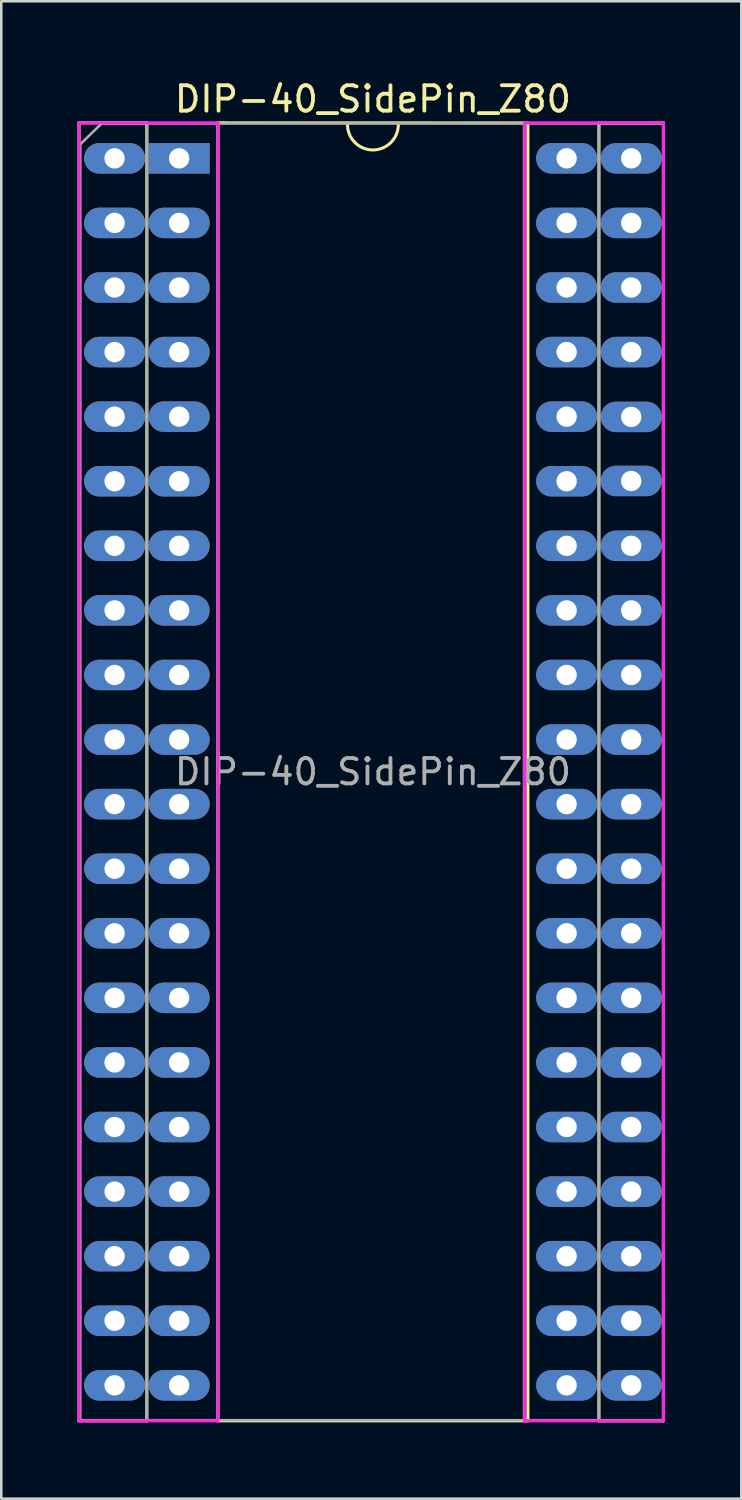
<source format=kicad_pcb>
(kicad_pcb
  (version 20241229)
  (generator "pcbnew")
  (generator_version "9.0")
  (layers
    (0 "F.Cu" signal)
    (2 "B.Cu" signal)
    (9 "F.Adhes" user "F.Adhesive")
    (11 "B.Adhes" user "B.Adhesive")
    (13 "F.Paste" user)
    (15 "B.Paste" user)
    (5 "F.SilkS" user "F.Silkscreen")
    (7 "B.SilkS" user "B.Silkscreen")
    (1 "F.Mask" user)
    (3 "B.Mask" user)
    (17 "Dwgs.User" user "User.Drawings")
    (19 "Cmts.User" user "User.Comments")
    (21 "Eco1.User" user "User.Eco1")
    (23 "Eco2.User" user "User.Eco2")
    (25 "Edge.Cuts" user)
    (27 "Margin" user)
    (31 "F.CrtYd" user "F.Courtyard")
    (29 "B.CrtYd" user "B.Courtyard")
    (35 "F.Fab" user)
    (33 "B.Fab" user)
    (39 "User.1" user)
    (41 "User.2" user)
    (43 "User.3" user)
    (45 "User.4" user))
  (footprint "DIP-40_SidePin_Z80"
    (layer "F.Cu")
    (at 3.997 3.178)
    (property "Reference" "DIP-40_SidePin_Z80" (at 7.62 -2.33 0) (layer "F.SilkS") (effects (font (size 1 1) (thickness 0.15))))
    (attr through_hole allow_missing_courtyard)
    (fp_line (start -3.937 -1.397) (end -3.937 49.657) (stroke (width 0.12) (type solid)) (layer "F.SilkS"))
    (fp_line (start -3.937 -1.397) (end -1.27 -1.397) (stroke (width 0.12) (type solid)) (layer "F.SilkS"))
    (fp_line (start -3.937 49.657) (end -1.27 49.657) (stroke (width 0.12) (type solid)) (layer "F.SilkS"))
    (fp_line (start -1.27 -1.397) (end -1.27 49.657) (stroke (width 0.12) (type solid)) (layer "F.SilkS"))
    (fp_line (start 1.524 -1.397) (end 1.524 49.657) (stroke (width 0.12) (type solid)) (layer "F.SilkS"))
    (fp_line (start 1.524 49.657) (end 13.716 49.657) (stroke (width 0.12) (type solid)) (layer "F.SilkS"))
    (fp_line (start 13.716 49.657) (end 13.716 -1.381) (stroke (width 0.12) (type solid)) (layer "F.SilkS"))
    (fp_line (start 13.716 -1.393) (end 1.524 -1.397) (stroke (width 0.12) (type solid)) (layer "F.SilkS"))
    (fp_line (start 16.51 -1.391) (end 19.05 -1.392) (stroke (width 0.12) (type solid)) (layer "F.SilkS"))
    (fp_line (start 16.51 49.657) (end 16.51 -1.391) (stroke (width 0.12) (type solid)) (layer "F.SilkS"))
    (fp_line (start 16.51 49.657) (end 19.047 49.657) (stroke (width 0.12) (type solid)) (layer "F.SilkS"))
    (fp_line (start 19.047 1.27) (end 19.047 49.657) (stroke (width 0.12) (type solid)) (layer "F.SilkS"))
    (fp_line (start 19.047 1.27) (end 19.05 -1.391) (stroke (width 0.12) (type solid)) (layer "F.SilkS"))
    (fp_arc (start 8.62 -1.33) (mid 7.62 -0.33) (end 6.62 -1.33) (stroke (width 0.12) (type solid)) (layer "F.SilkS"))
    (fp_line (start -3.937 -1.397) (end -3.937 49.657) (stroke (width 0.12) (type solid)) (layer "F.CrtYd"))
    (fp_line (start -3.937 49.657) (end 1.524 49.657) (stroke (width 0.12) (type solid)) (layer "F.CrtYd"))
    (fp_line (start 1.524 -1.397) (end -3.937 -1.397) (stroke (width 0.12) (type solid)) (layer "F.CrtYd"))
    (fp_line (start 1.524 49.657) (end 1.524 -1.397) (stroke (width 0.12) (type solid)) (layer "F.CrtYd"))
    (fp_line (start 13.589 -1.397) (end 13.589 49.657) (stroke (width 0.12) (type solid)) (layer "F.CrtYd"))
    (fp_line (start 13.589 49.657) (end 19.05 49.657) (stroke (width 0.12) (type solid)) (layer "F.CrtYd"))
    (fp_line (start 19.047 -1.397) (end 13.589 -1.397) (stroke (width 0.12) (type solid)) (layer "F.CrtYd"))
    (fp_line (start 19.05 -1.397) (end 19.05 49.657) (stroke (width 0.12) (type solid)) (layer "F.CrtYd"))
    (fp_line (start -3.894 49.632) (end 19.032 49.632) (stroke (width 0.1) (type solid)) (layer "F.Fab"))
    (fp_line (start -3.889 -0.556) (end -3.048 -1.372) (stroke (width 0.1) (type solid)) (layer "F.Fab"))
    (fp_line (start -3.889 49.632) (end -3.889 -0.559) (stroke (width 0.1) (type solid)) (layer "F.Fab"))
    (fp_line (start -1.27 -1.33) (end -1.27 49.632) (stroke (width 0.1) (type solid)) (layer "F.Fab"))
    (fp_line (start 1.524 49.632) (end 1.524 -1.321) (stroke (width 0.1) (type solid)) (layer "F.Fab"))
    (fp_line (start 13.564 -1.321) (end 13.564 49.632) (stroke (width 0.1) (type solid)) (layer "F.Fab"))
    (fp_line (start 16.51 49.632) (end 16.51 -1.33) (stroke (width 0.1) (type solid)) (layer "F.Fab"))
    (fp_line (start 19.037 -1.372) (end -3.048 -1.372) (stroke (width 0.1) (type solid)) (layer "F.Fab"))
    (fp_line (start 19.037 -1.372) (end 19.037 49.632) (stroke (width 0.1) (type solid)) (layer "F.Fab"))
    (fp_text user "${REFERENCE}" (at 7.62 24.13 0) (layer "F.Fab") (effects (font (size 1 1) (thickness 0.15))))
    (pad "1" thru_hole oval (at -2.54 0) (size 2.4 1.2) (drill 0.8) (layers "*.Cu" "*.Mask"))
    (pad "1" thru_hole rect (at 0 0) (size 2.4 1.2) (drill 0.8) (layers "*.Cu" "*.Mask"))
    (pad "2" thru_hole oval (at -2.54 2.54) (size 2.4 1.2) (drill 0.8) (layers "*.Cu" "*.Mask"))
    (pad "2" thru_hole oval (at 0 2.54) (size 2.4 1.2) (drill 0.8) (layers "*.Cu" "*.Mask"))
    (pad "3" thru_hole oval (at -2.54 5.08) (size 2.4 1.2) (drill 0.8) (layers "*.Cu" "*.Mask"))
    (pad "3" thru_hole oval (at 0 5.08) (size 2.4 1.2) (drill 0.8) (layers "*.Cu" "*.Mask"))
    (pad "4" thru_hole oval (at -2.54 7.62) (size 2.4 1.2) (drill 0.8) (layers "*.Cu" "*.Mask"))
    (pad "4" thru_hole oval (at 0 7.62) (size 2.4 1.2) (drill 0.8) (layers "*.Cu" "*.Mask"))
    (pad "5" thru_hole oval (at -2.54 10.16) (size 2.4 1.2) (drill 0.8) (layers "*.Cu" "*.Mask"))
    (pad "5" thru_hole oval (at 0 10.16) (size 2.4 1.2) (drill 0.8) (layers "*.Cu" "*.Mask"))
    (pad "6" thru_hole oval (at -2.54 12.7) (size 2.4 1.2) (drill 0.8) (layers "*.Cu" "*.Mask"))
    (pad "6" thru_hole oval (at 0 12.7) (size 2.4 1.2) (drill 0.8) (layers "*.Cu" "*.Mask"))
    (pad "7" thru_hole oval (at -2.54 15.24) (size 2.4 1.2) (drill 0.8) (layers "*.Cu" "*.Mask"))
    (pad "7" thru_hole oval (at 0 15.24) (size 2.4 1.2) (drill 0.8) (layers "*.Cu" "*.Mask"))
    (pad "8" thru_hole oval (at -2.54 17.78) (size 2.4 1.2) (drill 0.8) (layers "*.Cu" "*.Mask"))
    (pad "8" thru_hole oval (at 0 17.78) (size 2.4 1.2) (drill 0.8) (layers "*.Cu" "*.Mask"))
    (pad "9" thru_hole oval (at -2.54 20.32) (size 2.4 1.2) (drill 0.8) (layers "*.Cu" "*.Mask"))
    (pad "9" thru_hole oval (at 0 20.32) (size 2.4 1.2) (drill 0.8) (layers "*.Cu" "*.Mask"))
    (pad "10" thru_hole oval (at -2.54 22.86) (size 2.4 1.2) (drill 0.8) (layers "*.Cu" "*.Mask"))
    (pad "10" thru_hole oval (at 0 22.86) (size 2.4 1.2) (drill 0.8) (layers "*.Cu" "*.Mask"))
    (pad "11" thru_hole oval (at -2.54 25.4) (size 2.4 1.2) (drill 0.8) (layers "*.Cu" "*.Mask"))
    (pad "11" thru_hole oval (at 0 25.4) (size 2.4 1.2) (drill 0.8) (layers "*.Cu" "*.Mask"))
    (pad "12" thru_hole oval (at -2.54 27.94) (size 2.4 1.2) (drill 0.8) (layers "*.Cu" "*.Mask"))
    (pad "12" thru_hole oval (at 0 27.94) (size 2.4 1.2) (drill 0.8) (layers "*.Cu" "*.Mask"))
    (pad "13" thru_hole oval (at -2.54 30.48) (size 2.4 1.2) (drill 0.8) (layers "*.Cu" "*.Mask"))
    (pad "13" thru_hole oval (at 0 30.48) (size 2.4 1.2) (drill 0.8) (layers "*.Cu" "*.Mask"))
    (pad "14" thru_hole oval (at -2.54 33.02) (size 2.4 1.2) (drill 0.8) (layers "*.Cu" "*.Mask"))
    (pad "14" thru_hole oval (at 0 33.02) (size 2.4 1.2) (drill 0.8) (layers "*.Cu" "*.Mask"))
    (pad "15" thru_hole oval (at -2.54 35.56) (size 2.4 1.2) (drill 0.8) (layers "*.Cu" "*.Mask"))
    (pad "15" thru_hole oval (at 0 35.56) (size 2.4 1.2) (drill 0.8) (layers "*.Cu" "*.Mask"))
    (pad "16" thru_hole oval (at -2.54 38.1) (size 2.4 1.2) (drill 0.8) (layers "*.Cu" "*.Mask"))
    (pad "16" thru_hole oval (at 0 38.1) (size 2.4 1.2) (drill 0.8) (layers "*.Cu" "*.Mask"))
    (pad "17" thru_hole oval (at -2.54 40.64) (size 2.4 1.2) (drill 0.8) (layers "*.Cu" "*.Mask"))
    (pad "17" thru_hole oval (at 0 40.64) (size 2.4 1.2) (drill 0.8) (layers "*.Cu" "*.Mask"))
    (pad "18" thru_hole oval (at -2.54 43.18) (size 2.4 1.2) (drill 0.8) (layers "*.Cu" "*.Mask"))
    (pad "18" thru_hole oval (at 0 43.18) (size 2.4 1.2) (drill 0.8) (layers "*.Cu" "*.Mask"))
    (pad "19" thru_hole oval (at -2.54 45.72) (size 2.4 1.2) (drill 0.8) (layers "*.Cu" "*.Mask"))
    (pad "19" thru_hole oval (at 0 45.72) (size 2.4 1.2) (drill 0.8) (layers "*.Cu" "*.Mask"))
    (pad "20" thru_hole oval (at -2.54 48.26) (size 2.4 1.2) (drill 0.8) (layers "*.Cu" "*.Mask"))
    (pad "20" thru_hole oval (at 0 48.26) (size 2.4 1.2) (drill 0.8) (layers "*.Cu" "*.Mask"))
    (pad "21" thru_hole oval (at 15.24 48.26) (size 2.4 1.2) (drill 0.8) (layers "*.Cu" "*.Mask"))
    (pad "21" thru_hole oval (at 17.78 48.26) (size 2.4 1.2) (drill 0.8) (layers "*.Cu" "*.Mask"))
    (pad "22" thru_hole oval (at 15.24 45.72) (size 2.4 1.2) (drill 0.8) (layers "*.Cu" "*.Mask"))
    (pad "22" thru_hole oval (at 17.78 45.72) (size 2.4 1.2) (drill 0.8) (layers "*.Cu" "*.Mask"))
    (pad "23" thru_hole oval (at 15.24 43.18) (size 2.4 1.2) (drill 0.8) (layers "*.Cu" "*.Mask"))
    (pad "23" thru_hole oval (at 17.78 43.18) (size 2.4 1.2) (drill 0.8) (layers "*.Cu" "*.Mask"))
    (pad "24" thru_hole oval (at 15.24 40.64) (size 2.4 1.2) (drill 0.8) (layers "*.Cu" "*.Mask"))
    (pad "24" thru_hole oval (at 17.78 40.64) (size 2.4 1.2) (drill 0.8) (layers "*.Cu" "*.Mask"))
    (pad "25" thru_hole oval (at 15.24 38.1) (size 2.4 1.2) (drill 0.8) (layers "*.Cu" "*.Mask"))
    (pad "25" thru_hole oval (at 17.78 38.1) (size 2.4 1.2) (drill 0.8) (layers "*.Cu" "*.Mask"))
    (pad "26" thru_hole oval (at 15.24 35.56) (size 2.4 1.2) (drill 0.8) (layers "*.Cu" "*.Mask"))
    (pad "26" thru_hole oval (at 17.78 35.56) (size 2.4 1.2) (drill 0.8) (layers "*.Cu" "*.Mask"))
    (pad "27" thru_hole oval (at 15.24 33.02) (size 2.4 1.2) (drill 0.8) (layers "*.Cu" "*.Mask"))
    (pad "27" thru_hole oval (at 17.78 33.02) (size 2.4 1.2) (drill 0.8) (layers "*.Cu" "*.Mask"))
    (pad "28" thru_hole oval (at 15.24 30.48) (size 2.4 1.2) (drill 0.8) (layers "*.Cu" "*.Mask"))
    (pad "28" thru_hole oval (at 17.78 30.48) (size 2.4 1.2) (drill 0.8) (layers "*.Cu" "*.Mask"))
    (pad "29" thru_hole oval (at 15.24 27.94) (size 2.4 1.2) (drill 0.8) (layers "*.Cu" "*.Mask"))
    (pad "29" thru_hole oval (at 17.78 27.94) (size 2.4 1.2) (drill 0.8) (layers "*.Cu" "*.Mask"))
    (pad "30" thru_hole oval (at 15.24 25.4) (size 2.4 1.2) (drill 0.8) (layers "*.Cu" "*.Mask"))
    (pad "30" thru_hole oval (at 17.78 25.4) (size 2.4 1.2) (drill 0.8) (layers "*.Cu" "*.Mask"))
    (pad "31" thru_hole oval (at 15.24 22.86) (size 2.4 1.2) (drill 0.8) (layers "*.Cu" "*.Mask"))
    (pad "31" thru_hole oval (at 17.78 22.86) (size 2.4 1.2) (drill 0.8) (layers "*.Cu" "*.Mask"))
    (pad "32" thru_hole oval (at 15.24 20.32) (size 2.4 1.2) (drill 0.8) (layers "*.Cu" "*.Mask"))
    (pad "32" thru_hole oval (at 17.78 20.32) (size 2.4 1.2) (drill 0.8) (layers "*.Cu" "*.Mask"))
    (pad "33" thru_hole oval (at 15.24 17.78) (size 2.4 1.2) (drill 0.8) (layers "*.Cu" "*.Mask"))
    (pad "33" thru_hole oval (at 17.78 17.78) (size 2.4 1.2) (drill 0.8) (layers "*.Cu" "*.Mask"))
    (pad "34" thru_hole oval (at 15.24 15.24) (size 2.4 1.2) (drill 0.8) (layers "*.Cu" "*.Mask"))
    (pad "34" thru_hole oval (at 17.78 15.24) (size 2.4 1.2) (drill 0.8) (layers "*.Cu" "*.Mask"))
    (pad "35" thru_hole oval (at 15.24 12.7) (size 2.4 1.2) (drill 0.8) (layers "*.Cu" "*.Mask"))
    (pad "35" thru_hole oval (at 17.78 12.69) (size 2.4 1.2) (drill 0.8) (layers "*.Cu" "*.Mask"))
    (pad "36" thru_hole oval (at 15.24 10.16) (size 2.4 1.2) (drill 0.8) (layers "*.Cu" "*.Mask"))
    (pad "36" thru_hole oval (at 17.78 10.17) (size 2.4 1.2) (drill 0.8) (layers "*.Cu" "*.Mask"))
    (pad "37" thru_hole oval (at 15.24 7.62) (size 2.4 1.2) (drill 0.8) (layers "*.Cu" "*.Mask"))
    (pad "37" thru_hole oval (at 17.78 7.62) (size 2.4 1.2) (drill 0.8) (layers "*.Cu" "*.Mask"))
    (pad "38" thru_hole oval (at 15.24 5.08) (size 2.4 1.2) (drill 0.8) (layers "*.Cu" "*.Mask"))
    (pad "38" thru_hole oval (at 17.78 5.08) (size 2.4 1.2) (drill 0.8) (layers "*.Cu" "*.Mask"))
    (pad "39" thru_hole oval (at 15.24 2.54) (size 2.4 1.2) (drill 0.8) (layers "*.Cu" "*.Mask"))
    (pad "39" thru_hole oval (at 17.78 2.54) (size 2.4 1.2) (drill 0.8) (layers "*.Cu" "*.Mask"))
    (pad "40" thru_hole oval (at 15.24 0) (size 2.4 1.2) (drill 0.8) (layers "*.Cu" "*.Mask"))
    (pad "40" thru_hole oval (at 17.78 0) (size 2.4 1.2) (drill 0.8) (layers "*.Cu" "*.Mask")))
  (gr_rect
    (start -3 -3)
    (end 26.107 55.895)
    (stroke (width 0.1) (type default))
    (fill no)
    (layer "Edge.Cuts")))
</source>
